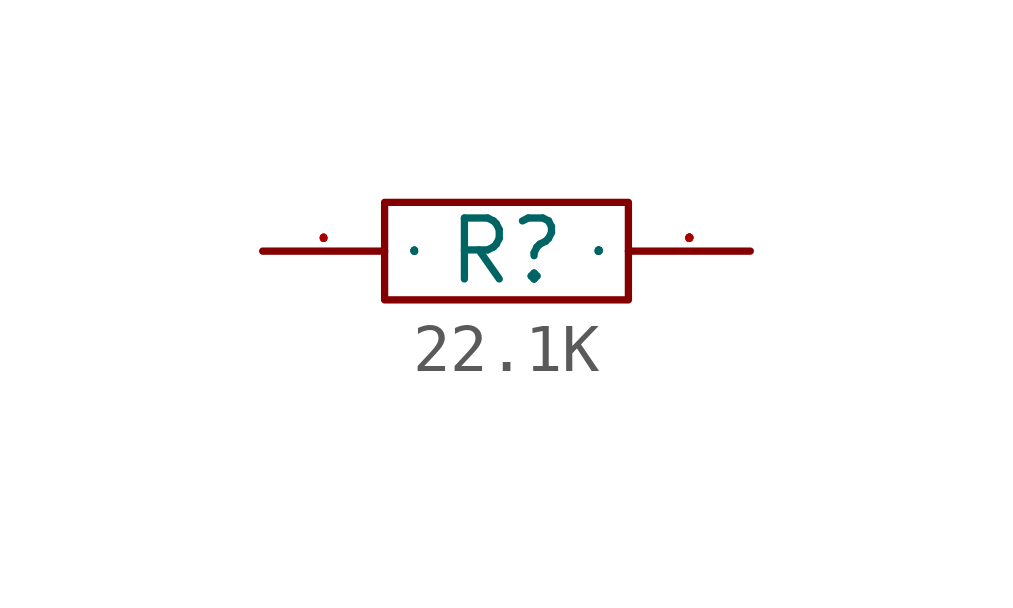
<source format=kicad_sym>
(kicad_symbol_lib
  (version 20231120)
  (generator "kicad_symbol_editor")
  (generator_version "8.0")
  (symbol "22.1K"
    (property "Reference" "R"
      (at 0 0 0)
      (effects (font (size 1.27 1.27))))
    (property "Value" ""
      (at 0 0 0)
      (effects (font (size 1.27 1.27))))
    (symbol "22.1K_1_0"
      (rectangle (start -2.54 -1.016) (end 2.54 1.016) (stroke (width 0) (type default)) (fill (type none)))
      (pin input line (at -5.08 0 0) (length 2.54) (name "1" (effects (font (size 0.025 0.025)))) (number "1" (effects (font (size 0.025 0.025)))))
      (pin input line (at 5.08 0 180) (length 2.54) (name "2" (effects (font (size 0.025 0.025)))) (number "2" (effects (font (size 0.025 0.025))))))))
</source>
